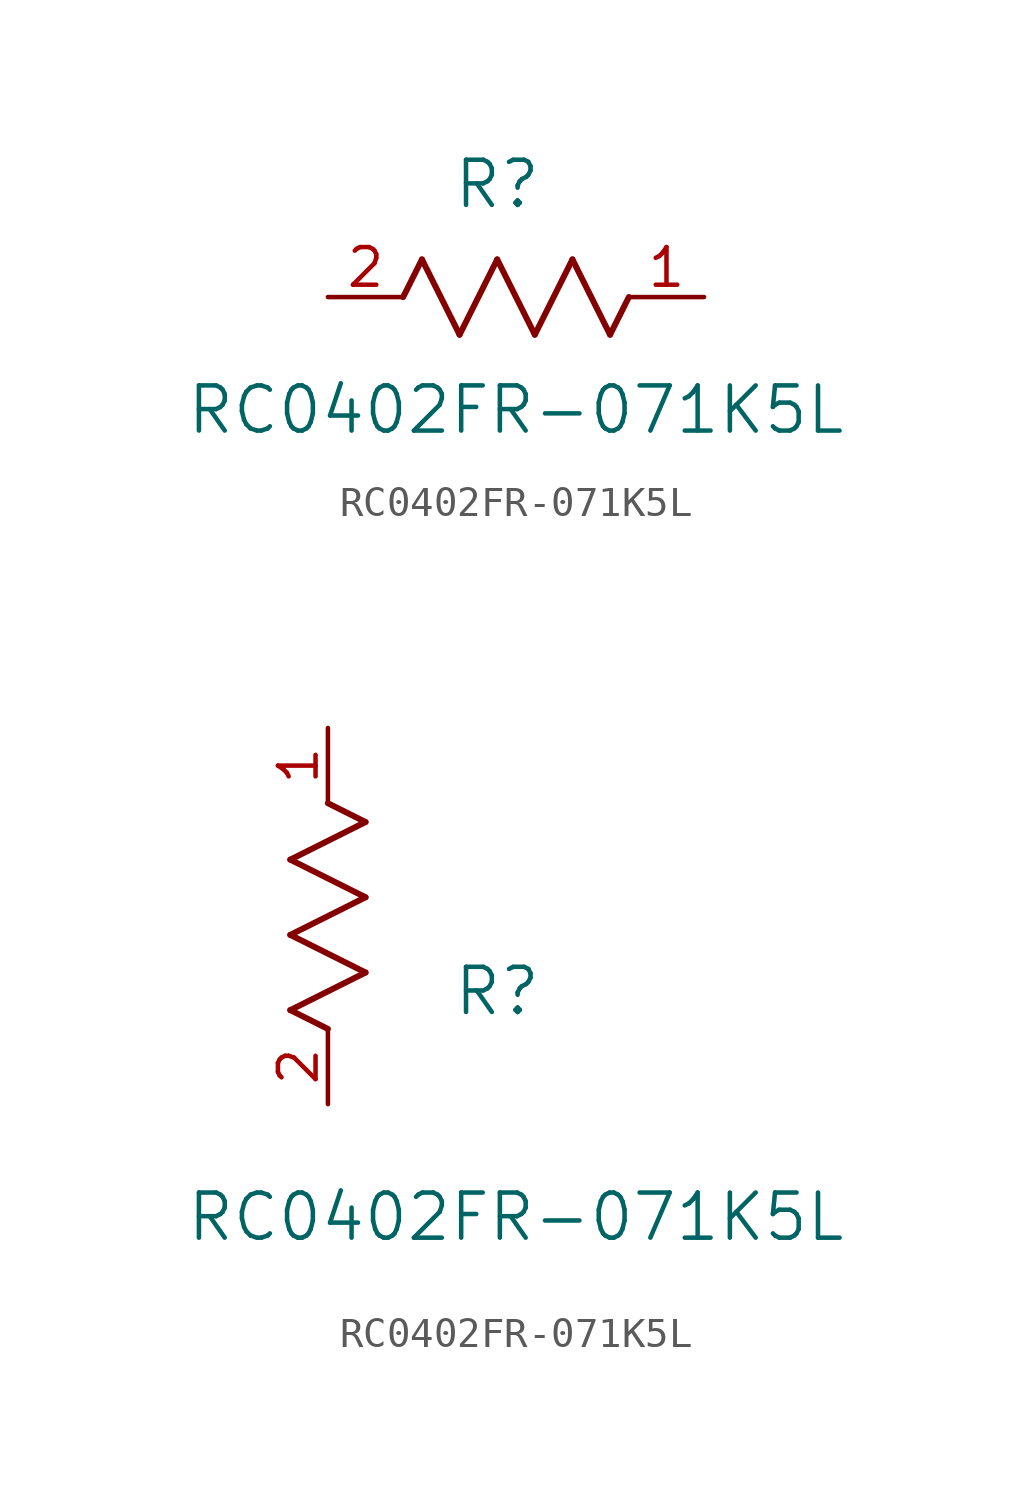
<source format=kicad_sym>
(kicad_symbol_lib
  (version 20211014)
  (generator kicad_symbol_editor)
  (symbol "RC0402FR-071K5L"
    (pin_names
      (offset 0.254))
    (property "Reference" "R"
      (at 5.715 3.81 0)
      (effects (font (size 1.524 1.524))))
    (property "Value" "RC0402FR-071K5L"
      (at 6.35 -3.81 0)
      (effects (font (size 1.524 1.524))))
    (symbol "RC0402FR-071K5L_1_1"
      (polyline (pts (xy 3.175 1.27) (xy 4.445 -1.27)) (stroke (width 0.203) (type default) (color 0 0 0 0)) (fill (type none)))
      (polyline (pts (xy 4.445 -1.27) (xy 5.715 1.27)) (stroke (width 0.203) (type default) (color 0 0 0 0)) (fill (type none)))
      (polyline (pts (xy 5.715 1.27) (xy 6.985 -1.27)) (stroke (width 0.203) (type default) (color 0 0 0 0)) (fill (type none)))
      (polyline (pts (xy 6.985 -1.27) (xy 8.255 1.27)) (stroke (width 0.203) (type default) (color 0 0 0 0)) (fill (type none)))
      (polyline (pts (xy 8.255 1.27) (xy 9.525 -1.27)) (stroke (width 0.203) (type default) (color 0 0 0 0)) (fill (type none)))
      (polyline (pts (xy 2.54 0) (xy 3.175 1.27)) (stroke (width 0.203) (type default) (color 0 0 0 0)) (fill (type none)))
      (polyline (pts (xy 9.525 -1.27) (xy 10.16 0)) (stroke (width 0.203) (type default) (color 0 0 0 0)) (fill (type none)))
      (pin unspecified line (at 12.7 0 180) (length 2.54) (name "" (effects (font (size 1.27 1.27)))) (number "1" (effects (font (size 1.27 1.27)))))
      (pin unspecified line (at 0 0 0) (length 2.54) (name "" (effects (font (size 1.27 1.27)))) (number "2" (effects (font (size 1.27 1.27))))))
    (symbol "RC0402FR-071K5L_1_2"
      (polyline (pts (xy 0 2.54) (xy -1.27 3.175)) (stroke (width 0.203) (type default) (color 0 0 0 0)) (fill (type none)))
      (polyline (pts (xy -1.27 3.175) (xy 1.27 4.445)) (stroke (width 0.203) (type default) (color 0 0 0 0)) (fill (type none)))
      (polyline (pts (xy 1.27 4.445) (xy -1.27 5.715)) (stroke (width 0.203) (type default) (color 0 0 0 0)) (fill (type none)))
      (polyline (pts (xy -1.27 5.715) (xy 1.27 6.985)) (stroke (width 0.203) (type default) (color 0 0 0 0)) (fill (type none)))
      (polyline (pts (xy -1.27 8.255) (xy 1.27 9.525)) (stroke (width 0.203) (type default) (color 0 0 0 0)) (fill (type none)))
      (polyline (pts (xy 1.27 9.525) (xy 0 10.16)) (stroke (width 0.203) (type default) (color 0 0 0 0)) (fill (type none)))
      (polyline (pts (xy 1.27 6.985) (xy -1.27 8.255)) (stroke (width 0.203) (type default) (color 0 0 0 0)) (fill (type none)))
      (pin unspecified line (at 0 12.7 270) (length 2.54) (name "" (effects (font (size 1.27 1.27)))) (number "1" (effects (font (size 1.27 1.27)))))
      (pin unspecified line (at 0 0 90) (length 2.54) (name "" (effects (font (size 1.27 1.27)))) (number "2" (effects (font (size 1.27 1.27))))))))
</source>
